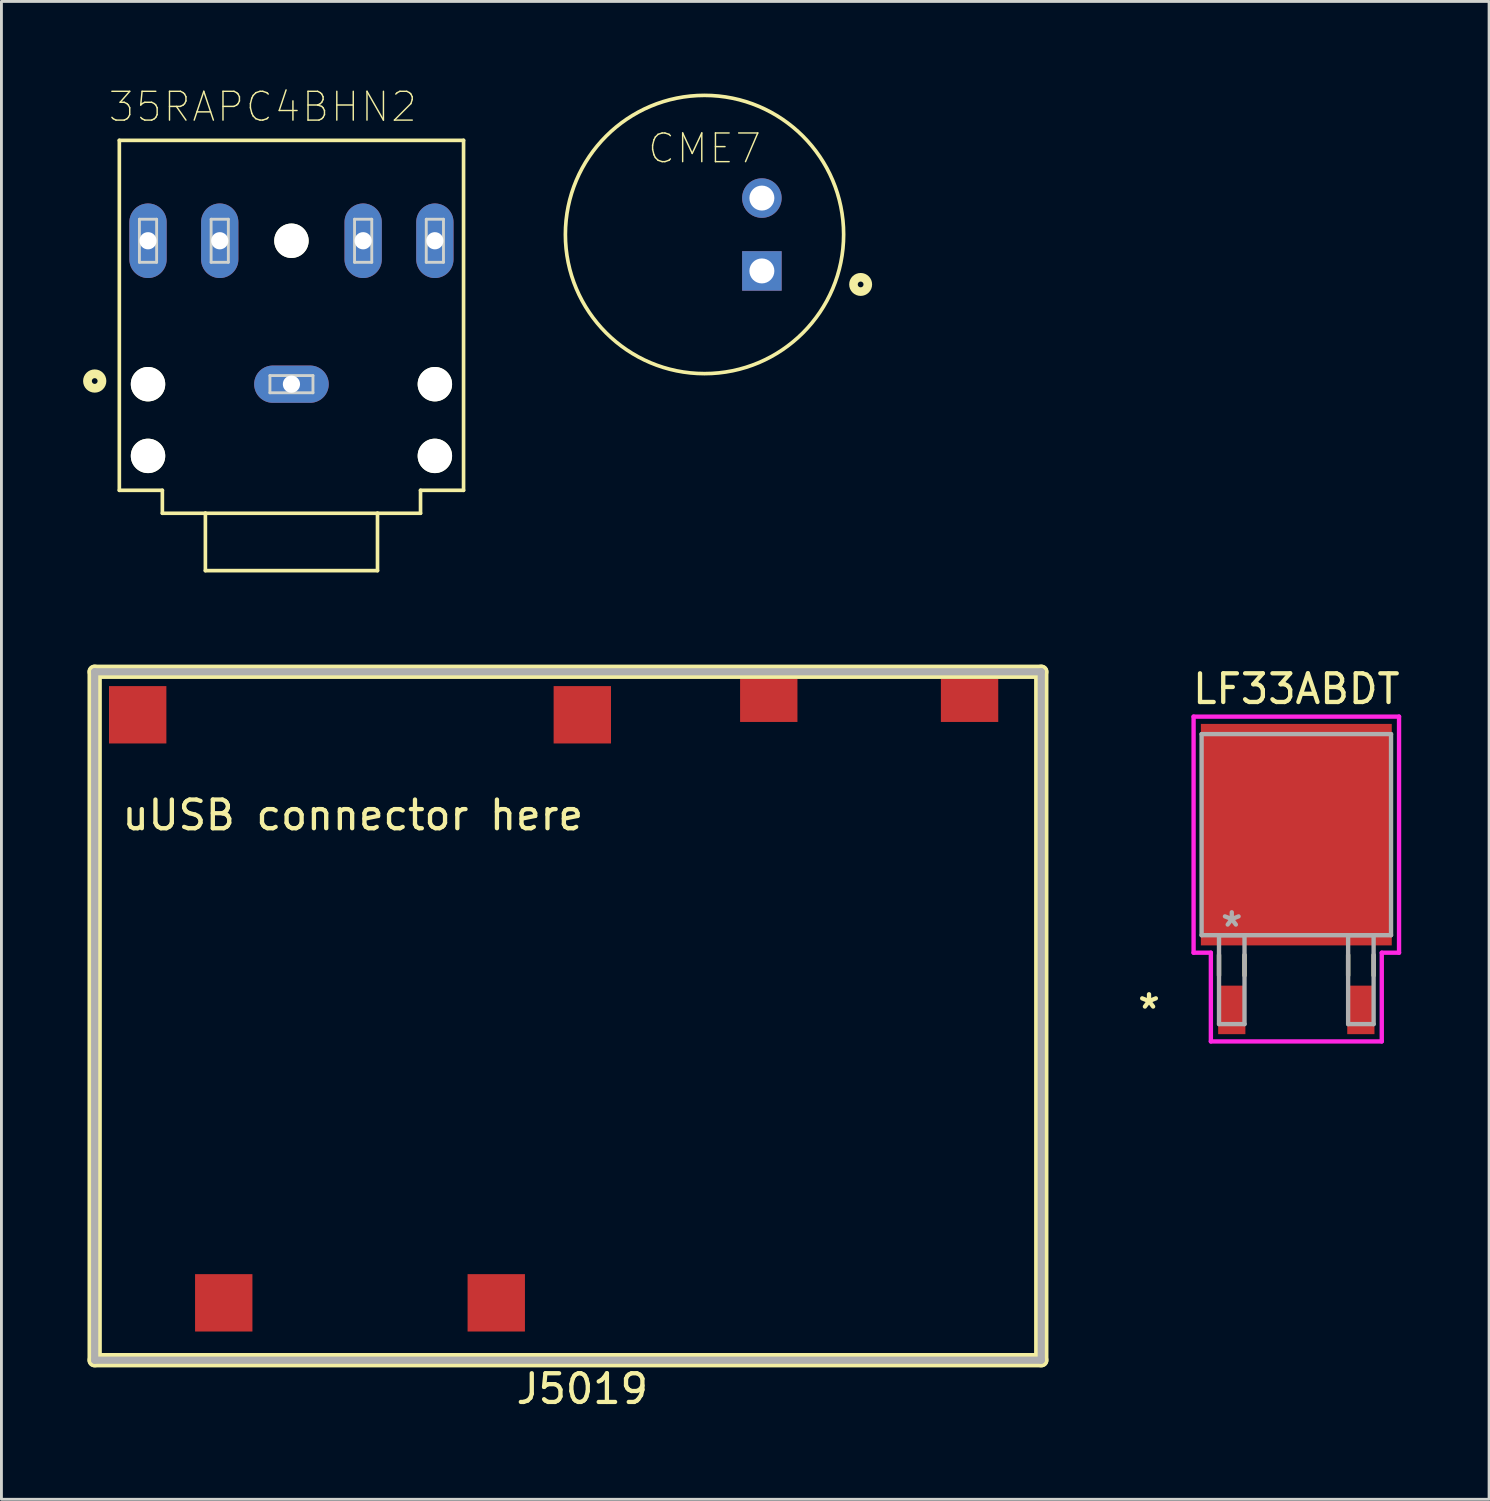
<source format=kicad_pcb>
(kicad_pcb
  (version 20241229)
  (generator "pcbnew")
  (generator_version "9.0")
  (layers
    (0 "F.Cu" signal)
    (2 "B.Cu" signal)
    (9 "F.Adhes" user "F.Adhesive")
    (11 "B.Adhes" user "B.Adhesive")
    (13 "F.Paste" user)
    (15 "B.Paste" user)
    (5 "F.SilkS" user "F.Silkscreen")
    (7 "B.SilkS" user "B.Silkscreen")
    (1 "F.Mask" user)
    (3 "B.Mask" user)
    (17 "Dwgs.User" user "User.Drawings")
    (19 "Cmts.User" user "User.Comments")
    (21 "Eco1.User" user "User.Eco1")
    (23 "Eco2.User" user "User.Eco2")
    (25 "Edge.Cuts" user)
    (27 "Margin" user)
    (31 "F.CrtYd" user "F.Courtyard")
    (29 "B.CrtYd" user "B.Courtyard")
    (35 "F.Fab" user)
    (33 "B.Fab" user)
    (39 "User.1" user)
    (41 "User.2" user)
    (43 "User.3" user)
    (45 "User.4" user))
  (footprint "35RAPC4BHN2"
    (layer "F.Cu")
    (at 7.11 9.343)
    (property "Reference" "35RAPC4BHN2" (at -1 -8.668 0) (layer "F.SilkS") (effects (font (size 1.004 1.004) (thickness 0.05))))
    (attr through_hole)
    (fp_line (start -6 -7.5) (end 6 -7.5) (stroke (width 0.127) (type solid)) (layer "F.SilkS"))
    (fp_line (start -6 4.7) (end -6 -7.5) (stroke (width 0.127) (type solid)) (layer "F.SilkS"))
    (fp_line (start -4.5 4.7) (end -6 4.7) (stroke (width 0.127) (type solid)) (layer "F.SilkS"))
    (fp_line (start -4.5 5.5) (end -4.5 4.7) (stroke (width 0.127) (type solid)) (layer "F.SilkS"))
    (fp_line (start -4.5 5.5) (end -3 5.5) (stroke (width 0.127) (type solid)) (layer "F.SilkS"))
    (fp_line (start -3 5.5) (end 3 5.5) (stroke (width 0.127) (type solid)) (layer "F.SilkS"))
    (fp_line (start -3 7.5) (end -3 5.5) (stroke (width 0.127) (type solid)) (layer "F.SilkS"))
    (fp_line (start -3 7.5) (end 3 7.5) (stroke (width 0.127) (type solid)) (layer "F.SilkS"))
    (fp_line (start 3 5.5) (end 4.5 5.5) (stroke (width 0.127) (type solid)) (layer "F.SilkS"))
    (fp_line (start 3 7.5) (end 3 5.5) (stroke (width 0.127) (type solid)) (layer "F.SilkS"))
    (fp_line (start 4.5 4.7) (end 4.5 5.5) (stroke (width 0.127) (type solid)) (layer "F.SilkS"))
    (fp_line (start 6 -7.5) (end 6 4.7) (stroke (width 0.127) (type solid)) (layer "F.SilkS"))
    (fp_line (start 6 4.7) (end 4.5 4.7) (stroke (width 0.127) (type solid)) (layer "F.SilkS"))
    (fp_circle (center -6.858 0.89) (end -6.758 0.89) (stroke (width 0.305) (type solid)) (fill no) (layer "F.SilkS"))
    (fp_line (start -6.25 -7.75) (end 6.25 -7.75) (stroke (width 0.05) (type solid)) (layer "Eco1.User"))
    (fp_line (start -6.25 5.75) (end -6.25 -7.75) (stroke (width 0.05) (type solid)) (layer "Eco1.User"))
    (fp_line (start -3.25 5.75) (end -6.25 5.75) (stroke (width 0.05) (type solid)) (layer "Eco1.User"))
    (fp_line (start -3.25 7.75) (end -3.25 5.75) (stroke (width 0.05) (type solid)) (layer "Eco1.User"))
    (fp_line (start 3.25 5.75) (end 3.25 7.75) (stroke (width 0.05) (type solid)) (layer "Eco1.User"))
    (fp_line (start 3.25 7.75) (end -3.25 7.75) (stroke (width 0.05) (type solid)) (layer "Eco1.User"))
    (fp_line (start 6.25 -7.75) (end 6.25 5.75) (stroke (width 0.05) (type solid)) (layer "Eco1.User"))
    (fp_line (start 6.25 5.75) (end 3.25 5.75) (stroke (width 0.05) (type solid)) (layer "Eco1.User"))
    (fp_line (start -6 -7.5) (end 6 -7.5) (stroke (width 0.127) (type solid)) (layer "Eco2.User"))
    (fp_line (start -6 4.7) (end -6 -7.5) (stroke (width 0.127) (type solid)) (layer "Eco2.User"))
    (fp_line (start -4.5 4.7) (end -6 4.7) (stroke (width 0.127) (type solid)) (layer "Eco2.User"))
    (fp_line (start -4.5 5.5) (end -4.5 4.7) (stroke (width 0.127) (type solid)) (layer "Eco2.User"))
    (fp_line (start -4.5 5.5) (end -3 5.5) (stroke (width 0.127) (type solid)) (layer "Eco2.User"))
    (fp_line (start -3 5.5) (end 3 5.5) (stroke (width 0.127) (type solid)) (layer "Eco2.User"))
    (fp_line (start -3 7.5) (end -3 5.5) (stroke (width 0.127) (type solid)) (layer "Eco2.User"))
    (fp_line (start -3 7.5) (end 3 7.5) (stroke (width 0.127) (type solid)) (layer "Eco2.User"))
    (fp_line (start 3 5.5) (end 4.5 5.5) (stroke (width 0.127) (type solid)) (layer "Eco2.User"))
    (fp_line (start 3 7.5) (end 3 5.5) (stroke (width 0.127) (type solid)) (layer "Eco2.User"))
    (fp_line (start 4.5 4.7) (end 4.5 5.5) (stroke (width 0.127) (type solid)) (layer "Eco2.User"))
    (fp_line (start 6 -7.5) (end 6 4.7) (stroke (width 0.127) (type solid)) (layer "Eco2.User"))
    (fp_line (start 6 4.7) (end 4.5 4.7) (stroke (width 0.127) (type solid)) (layer "Eco2.User"))
    (fp_circle (center -6.858 0.89) (end -6.758 0.89) (stroke (width 0.305) (type solid)) (fill no) (layer "Eco2.User"))
    (fp_line (start -5.3 -4.75) (end -5.3 -3.25) (stroke (width 0.1) (type solid)) (layer "Edge.Cuts"))
    (fp_line (start -5.3 -3.25) (end -4.7 -3.25) (stroke (width 0.1) (type solid)) (layer "Edge.Cuts"))
    (fp_line (start -4.7 -4.75) (end -5.3 -4.75) (stroke (width 0.1) (type solid)) (layer "Edge.Cuts"))
    (fp_line (start -4.7 -3.25) (end -4.7 -4.75) (stroke (width 0.1) (type solid)) (layer "Edge.Cuts"))
    (fp_line (start -2.8 -4.75) (end -2.8 -3.25) (stroke (width 0.1) (type solid)) (layer "Edge.Cuts"))
    (fp_line (start -2.8 -3.25) (end -2.2 -3.25) (stroke (width 0.1) (type solid)) (layer "Edge.Cuts"))
    (fp_line (start -2.2 -4.75) (end -2.8 -4.75) (stroke (width 0.1) (type solid)) (layer "Edge.Cuts"))
    (fp_line (start -2.2 -3.25) (end -2.2 -4.75) (stroke (width 0.1) (type solid)) (layer "Edge.Cuts"))
    (fp_line (start -0.75 0.7) (end -0.75 1.3) (stroke (width 0.1) (type solid)) (layer "Edge.Cuts"))
    (fp_line (start -0.75 1.3) (end 0.75 1.3) (stroke (width 0.1) (type solid)) (layer "Edge.Cuts"))
    (fp_line (start 0.75 0.7) (end -0.75 0.7) (stroke (width 0.1) (type solid)) (layer "Edge.Cuts"))
    (fp_line (start 0.75 1.3) (end 0.75 0.7) (stroke (width 0.1) (type solid)) (layer "Edge.Cuts"))
    (fp_line (start 2.2 -4.75) (end 2.2 -3.25) (stroke (width 0.1) (type solid)) (layer "Edge.Cuts"))
    (fp_line (start 2.2 -3.25) (end 2.8 -3.25) (stroke (width 0.1) (type solid)) (layer "Edge.Cuts"))
    (fp_line (start 2.8 -4.75) (end 2.2 -4.75) (stroke (width 0.1) (type solid)) (layer "Edge.Cuts"))
    (fp_line (start 2.8 -3.25) (end 2.8 -4.75) (stroke (width 0.1) (type solid)) (layer "Edge.Cuts"))
    (fp_line (start 4.7 -4.75) (end 4.7 -3.25) (stroke (width 0.1) (type solid)) (layer "Edge.Cuts"))
    (fp_line (start 4.7 -3.25) (end 5.3 -3.25) (stroke (width 0.1) (type solid)) (layer "Edge.Cuts"))
    (fp_line (start 5.3 -4.75) (end 4.7 -4.75) (stroke (width 0.1) (type solid)) (layer "Edge.Cuts"))
    (fp_line (start 5.3 -3.25) (end 5.3 -4.75) (stroke (width 0.1) (type solid)) (layer "Edge.Cuts"))
    (pad "" np_thru_hole circle (at -5 1) (size 1.2 1.2) (drill 1.2) (layers "*.Cu" "*.Mask" "F.SilkS"))
    (pad "" np_thru_hole circle (at -5 3.5) (size 1.2 1.2) (drill 1.2) (layers "*.Cu" "*.Mask" "F.SilkS"))
    (pad "" np_thru_hole circle (at 0 -4) (size 1.2 1.2) (drill 1.2) (layers "*.Cu" "*.Mask" "F.SilkS"))
    (pad "" np_thru_hole circle (at 5 1) (size 1.2 1.2) (drill 1.2) (layers "*.Cu" "*.Mask" "F.SilkS"))
    (pad "" np_thru_hole circle (at 5 3.5) (size 1.2 1.2) (drill 1.2) (layers "*.Cu" "*.Mask" "F.SilkS"))
    (pad "1" thru_hole oval (at 0 1 180) (size 2.6 1.3) (drill 0.6) (layers "*.Cu" "*.Mask"))
    (pad "2" thru_hole oval (at 5 -4 90) (size 2.6 1.3) (drill 0.6) (layers "*.Cu" "*.Mask"))
    (pad "3" thru_hole oval (at -5 -4 90) (size 2.6 1.3) (drill 0.6) (layers "*.Cu" "*.Mask"))
    (pad "10" thru_hole oval (at 2.5 -4 90) (size 2.6 1.3) (drill 0.6) (layers "*.Cu" "*.Mask"))
    (pad "11" thru_hole oval (at -2.5 -4 90) (size 2.6 1.3) (drill 0.6) (layers "*.Cu" "*.Mask")))
  (footprint "CME7"
    (layer "F.Cu")
    (at 21.51 5.125)
    (property "Reference" "CME7" (at 0 -3 0) (layer "F.SilkS") (effects (font (size 1 1) (thickness 0.05))))
    (attr through_hole)
    (fp_circle (center 0 0) (end 4.85 0) (stroke (width 0.127) (type solid)) (fill no) (layer "F.SilkS"))
    (fp_circle (center 5.443 1.741) (end 5.543 1.741) (stroke (width 0.3) (type solid)) (fill no) (layer "F.SilkS"))
    (fp_circle (center 0 0) (end 5.1 0) (stroke (width 0.05) (type solid)) (fill no) (layer "Eco1.User"))
    (fp_circle (center 0 0) (end 4.85 0) (stroke (width 0.127) (type solid)) (fill no) (layer "Eco2.User"))
    (fp_circle (center 5.443 1.741) (end 5.543 1.741) (stroke (width 0.3) (type solid)) (fill no) (layer "Eco2.User"))
    (pad "1" thru_hole rect (at 2 1.27) (size 1.378 1.378) (drill 0.87) (layers "*.Cu" "*.Mask"))
    (pad "2" thru_hole circle (at 2 -1.27) (size 1.378 1.378) (drill 0.87) (layers "*.Cu" "*.Mask")))
  (footprint "LF33ABDT"
    (layer "F.Cu")
    (at 42.141 26.047)
    (property "Reference" "LF33ABDT" (at 0 -5.08 0) (layer "F.SilkS") (effects (font (size 1 1) (thickness 0.15))))
    (attr through_hole)
    (fp_line (start -2.695 4.194) (end -2.695 4.908) (stroke (width 0.152) (type solid)) (layer "F.SilkS"))
    (fp_line (start -1.806 4.194) (end -1.806 4.908) (stroke (width 0.152) (type solid)) (layer "F.SilkS"))
    (fp_line (start 1.806 4.194) (end 1.806 4.908) (stroke (width 0.152) (type solid)) (layer "F.SilkS"))
    (fp_line (start 2.695 4.194) (end 2.695 4.908) (stroke (width 0.152) (type solid)) (layer "F.SilkS"))
    (fp_line (start -3.581 -4.115) (end 3.581 -4.115) (stroke (width 0.152) (type solid)) (layer "F.CrtYd"))
    (fp_line (start -3.581 4.115) (end -3.581 -4.115) (stroke (width 0.152) (type solid)) (layer "F.CrtYd"))
    (fp_line (start -2.979 4.115) (end -3.581 4.115) (stroke (width 0.152) (type solid)) (layer "F.CrtYd"))
    (fp_line (start -2.979 7.208) (end -2.979 4.115) (stroke (width 0.152) (type solid)) (layer "F.CrtYd"))
    (fp_line (start 2.979 4.115) (end 2.979 7.208) (stroke (width 0.152) (type solid)) (layer "F.CrtYd"))
    (fp_line (start 2.979 7.208) (end -2.979 7.208) (stroke (width 0.152) (type solid)) (layer "F.CrtYd"))
    (fp_line (start 3.581 -4.115) (end 3.581 4.115) (stroke (width 0.152) (type solid)) (layer "F.CrtYd"))
    (fp_line (start 3.581 4.115) (end 2.979 4.115) (stroke (width 0.152) (type solid)) (layer "F.CrtYd"))
    (fp_line (start -3.302 -3.505) (end -3.302 3.505) (stroke (width 0.152) (type solid)) (layer "F.Fab"))
    (fp_line (start -3.302 3.505) (end 3.302 3.505) (stroke (width 0.152) (type solid)) (layer "F.Fab"))
    (fp_line (start -2.695 3.505) (end -2.695 6.604) (stroke (width 0.152) (type solid)) (layer "F.Fab"))
    (fp_line (start -2.695 6.604) (end -1.806 6.604) (stroke (width 0.152) (type solid)) (layer "F.Fab"))
    (fp_line (start -1.806 3.505) (end -2.695 3.505) (stroke (width 0.152) (type solid)) (layer "F.Fab"))
    (fp_line (start -1.806 6.604) (end -1.806 3.505) (stroke (width 0.152) (type solid)) (layer "F.Fab"))
    (fp_line (start 1.806 3.505) (end 1.806 6.604) (stroke (width 0.152) (type solid)) (layer "F.Fab"))
    (fp_line (start 1.806 6.604) (end 2.695 6.604) (stroke (width 0.152) (type solid)) (layer "F.Fab"))
    (fp_line (start 2.695 3.505) (end 1.806 3.505) (stroke (width 0.152) (type solid)) (layer "F.Fab"))
    (fp_line (start 2.695 6.604) (end 2.695 3.505) (stroke (width 0.152) (type solid)) (layer "F.Fab"))
    (fp_line (start 3.302 -3.505) (end -3.302 -3.505) (stroke (width 0.152) (type solid)) (layer "F.Fab"))
    (fp_line (start 3.302 3.505) (end 3.302 -3.505) (stroke (width 0.152) (type solid)) (layer "F.Fab"))
    (fp_text user "*" (at -5.135 6.109 0) (layer "F.SilkS") (effects (font (size 1 1) (thickness 0.15))))
    (fp_text user "*" (at -2.25 3.251 0) (layer "F.Fab") (effects (font (size 1 1) (thickness 0.15))))
    (pad "1" smd rect (at -2.25 6.109) (size 0.949 1.691) (layers "F.Cu" "F.Mask" "F.Paste"))
    (pad "2" smd rect (at 2.25 6.109) (size 0.949 1.691) (layers "F.Cu" "F.Mask" "F.Paste"))
    (pad "3" smd rect (at 0 0) (size 6.655 7.722) (layers "F.Cu" "F.Mask" "F.Paste")))
  (footprint "J5019"
    (layer "F.Cu")
    (at 0.25 44.368)
    (property "Reference" "J5019" (at 17 1 180) (layer "F.SilkS") (effects (font (size 1 1) (thickness 0.15))))
    (attr through_hole)
    (fp_line (start 0 0) (end 0 -24) (stroke (width 0.5) (type solid)) (layer "F.SilkS"))
    (fp_line (start 33 -24) (end 0 -24) (stroke (width 0.5) (type solid)) (layer "F.SilkS"))
    (fp_line (start 33 0) (end 0 0) (stroke (width 0.5) (type solid)) (layer "F.SilkS"))
    (fp_line (start 33 0) (end 33 -24) (stroke (width 0.5) (type solid)) (layer "F.SilkS"))
    (fp_line (start 0 -24) (end 33 -24) (stroke (width 0.25) (type solid)) (layer "F.Fab"))
    (fp_line (start 0 0) (end 0 -24) (stroke (width 0.25) (type solid)) (layer "F.Fab"))
    (fp_line (start 0 0) (end 33 0) (stroke (width 0.25) (type solid)) (layer "F.Fab"))
    (fp_line (start 33 0) (end 33 -24) (stroke (width 0.25) (type solid)) (layer "F.Fab"))
    (fp_text user "uUSB connector here" (at 9 -19 180) (layer "F.SilkS") (effects (font (size 1 1) (thickness 0.15))))
    (pad "1" smd rect (at 17 -22.5) (size 2 2) (layers "F.Cu" "F.Mask" "F.Paste"))
    (pad "2" smd rect (at 1.5 -22.5) (size 2 2) (layers "F.Cu" "F.Mask" "F.Paste"))
    (pad "3" smd rect (at 14 -2) (size 2 2) (layers "F.Cu" "F.Mask" "F.Paste"))
    (pad "4" smd rect (at 4.5 -2) (size 2 2) (layers "F.Cu" "F.Mask" "F.Paste"))
    (pad "5" smd rect (at 23.5 -23) (size 2 1.5) (layers "F.Cu" "F.Mask" "F.Paste"))
    (pad "6" smd rect (at 30.5 -23) (size 2 1.5) (layers "F.Cu" "F.Mask" "F.Paste")))
  (gr_rect
    (start -3 -3)
    (end 48.861 49.217)
    (stroke (width 0.1) (type default))
    (fill no)
    (layer "Edge.Cuts")))
</source>
